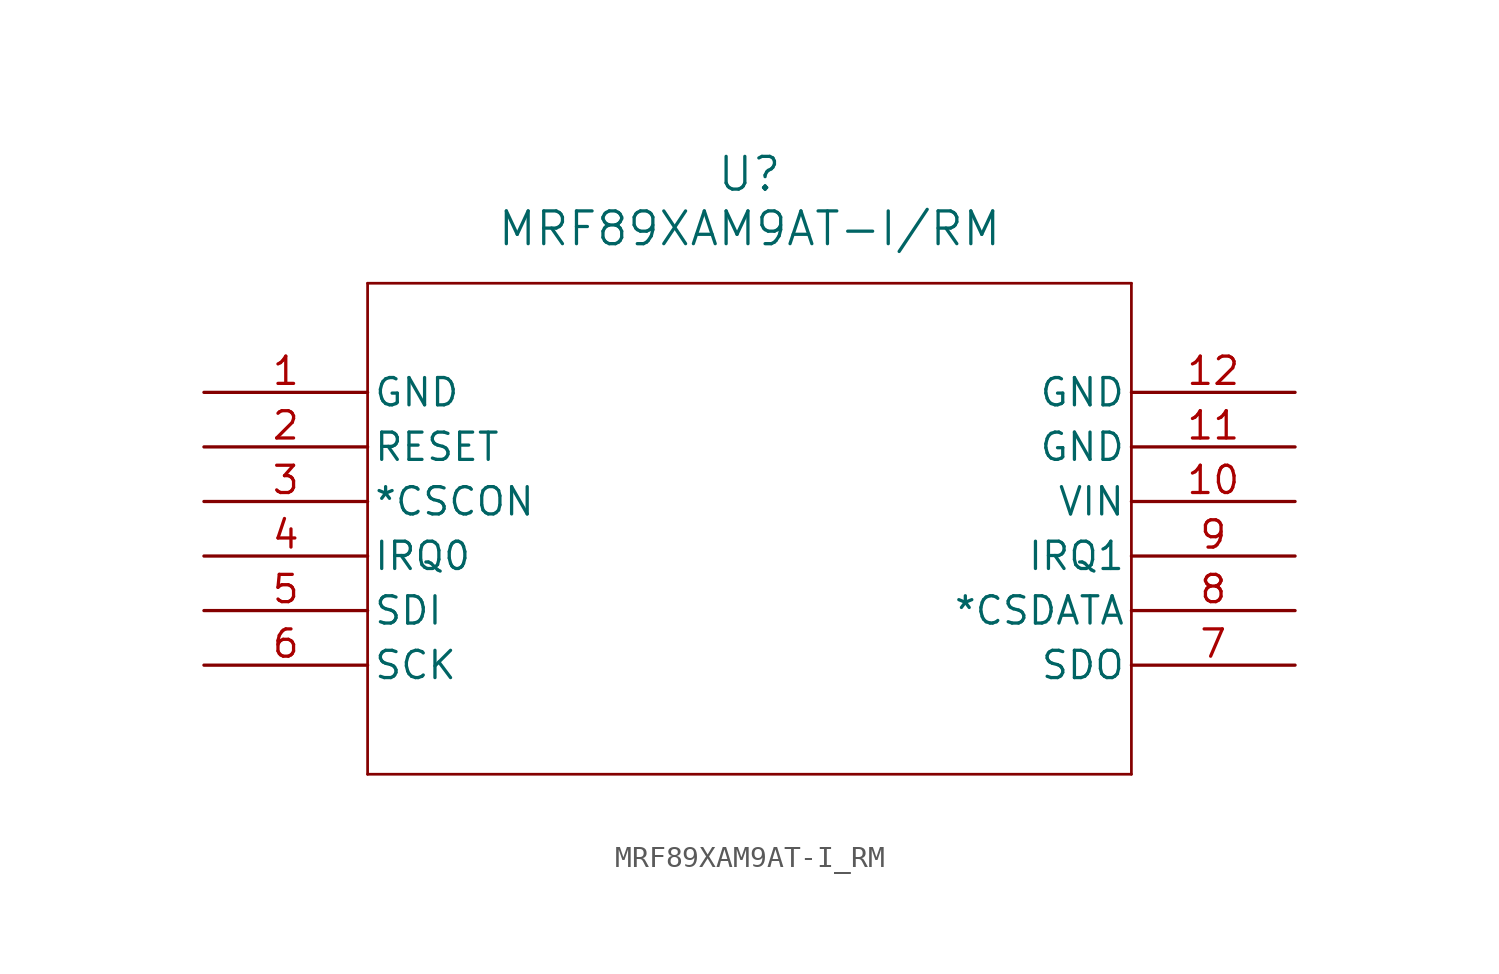
<source format=kicad_sym>
(kicad_symbol_lib
  (version 20211014)
  (generator kicad_symbol_editor)
  (symbol "MRF89XAM9AT-I_RM"
    (pin_names
      (offset 0.254))
    (property "Reference" "U"
      (at 25.4 10.16 0)
      (effects (font (size 1.524 1.524))))
    (property "Value" "MRF89XAM9AT-I/RM"
      (at 25.4 7.62 0)
      (effects (font (size 1.524 1.524))))
    (symbol "MRF89XAM9AT-I_RM_0_1"
      (polyline (pts (xy 7.62 5.08) (xy 7.62 -17.78)) (stroke (width 0.127) (type default) (color 0 0 0 0)) (fill (type none)))
      (polyline (pts (xy 7.62 -17.78) (xy 43.18 -17.78)) (stroke (width 0.127) (type default) (color 0 0 0 0)) (fill (type none)))
      (polyline (pts (xy 43.18 -17.78) (xy 43.18 5.08)) (stroke (width 0.127) (type default) (color 0 0 0 0)) (fill (type none)))
      (polyline (pts (xy 43.18 5.08) (xy 7.62 5.08)) (stroke (width 0.127) (type default) (color 0 0 0 0)) (fill (type none)))
      (pin power_out line (at 0 0 0) (length 7.62) (name "GND" (effects (font (size 1.27 1.27)))) (number "1" (effects (font (size 1.27 1.27)))))
      (pin input line (at 0 -2.54 0) (length 7.62) (name "RESET" (effects (font (size 1.27 1.27)))) (number "2" (effects (font (size 1.27 1.27)))))
      (pin input line (at 0 -5.08 0) (length 7.62) (name "*CSCON" (effects (font (size 1.27 1.27)))) (number "3" (effects (font (size 1.27 1.27)))))
      (pin output line (at 0 -7.62 0) (length 7.62) (name "IRQ0" (effects (font (size 1.27 1.27)))) (number "4" (effects (font (size 1.27 1.27)))))
      (pin input line (at 0 -10.16 0) (length 7.62) (name "SDI" (effects (font (size 1.27 1.27)))) (number "5" (effects (font (size 1.27 1.27)))))
      (pin input line (at 0 -12.7 0) (length 7.62) (name "SCK" (effects (font (size 1.27 1.27)))) (number "6" (effects (font (size 1.27 1.27)))))
      (pin output line (at 50.8 -12.7 180) (length 7.62) (name "SDO" (effects (font (size 1.27 1.27)))) (number "7" (effects (font (size 1.27 1.27)))))
      (pin input line (at 50.8 -10.16 180) (length 7.62) (name "*CSDATA" (effects (font (size 1.27 1.27)))) (number "8" (effects (font (size 1.27 1.27)))))
      (pin output line (at 50.8 -7.62 180) (length 7.62) (name "IRQ1" (effects (font (size 1.27 1.27)))) (number "9" (effects (font (size 1.27 1.27)))))
      (pin power_in line (at 50.8 -5.08 180) (length 7.62) (name "VIN" (effects (font (size 1.27 1.27)))) (number "10" (effects (font (size 1.27 1.27)))))
      (pin power_out line (at 50.8 -2.54 180) (length 7.62) (name "GND" (effects (font (size 1.27 1.27)))) (number "11" (effects (font (size 1.27 1.27)))))
      (pin power_out line (at 50.8 0 180) (length 7.62) (name "GND" (effects (font (size 1.27 1.27)))) (number "12" (effects (font (size 1.27 1.27))))))))
</source>
